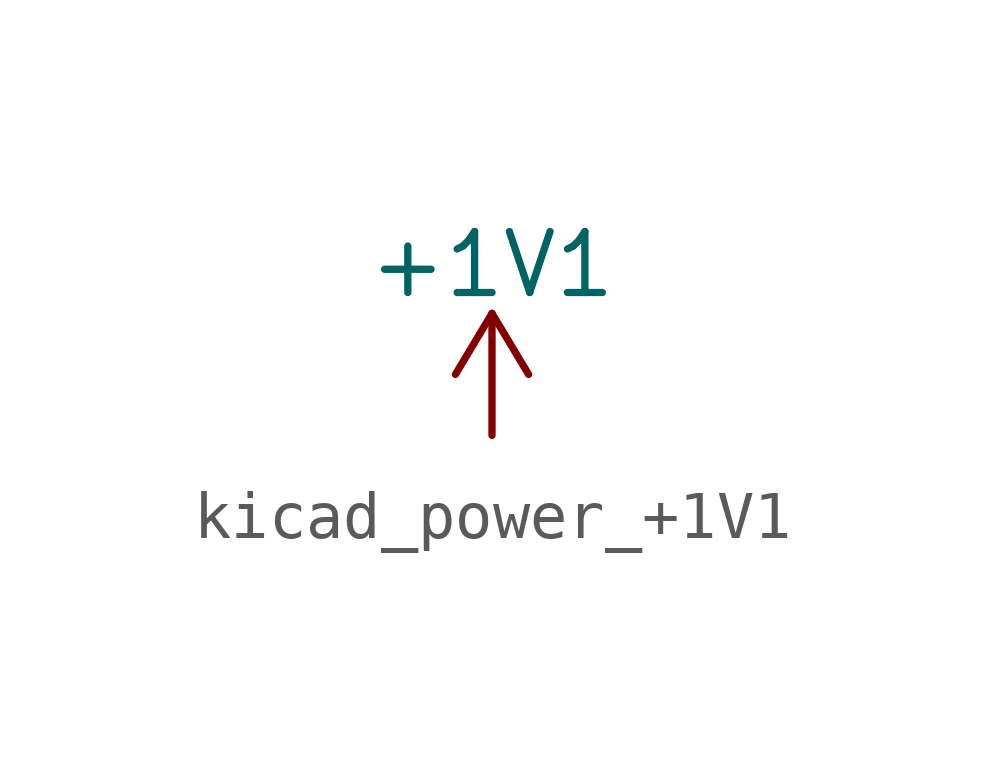
<source format=kicad_sym>
(kicad_symbol_lib
  (version 20220914)
  (generator kicad_symbol_editor)
  (symbol "kicad_power_+1V1"
    (power)
    (pin_names
      (offset 0))
    (property "Reference" "#PWR"
      (at 0 -3.81 0)
      (effects (font (size 1.27 1.27)) hide))
    (property "Value" "+1V1"
      (at 0 3.556 0)
      (effects (font (size 1.27 1.27))))
    (symbol "kicad_power_+1V1_0_1"
      (polyline (pts (xy -0.762 1.27) (xy 0 2.54)) (stroke (width 0) (type default)) (fill (type none)))
      (polyline (pts (xy 0 0) (xy 0 2.54)) (stroke (width 0) (type default)) (fill (type none)))
      (polyline (pts (xy 0 2.54) (xy 0.762 1.27)) (stroke (width 0) (type default)) (fill (type none))))
    (symbol "kicad_power_+1V1_1_1"
      (pin power_in line (at 0 0 90) (length 0) hide (name "+1V1" (effects (font (size 1.27 1.27)))) (number "1" (effects (font (size 1.27 1.27))))))))
</source>
